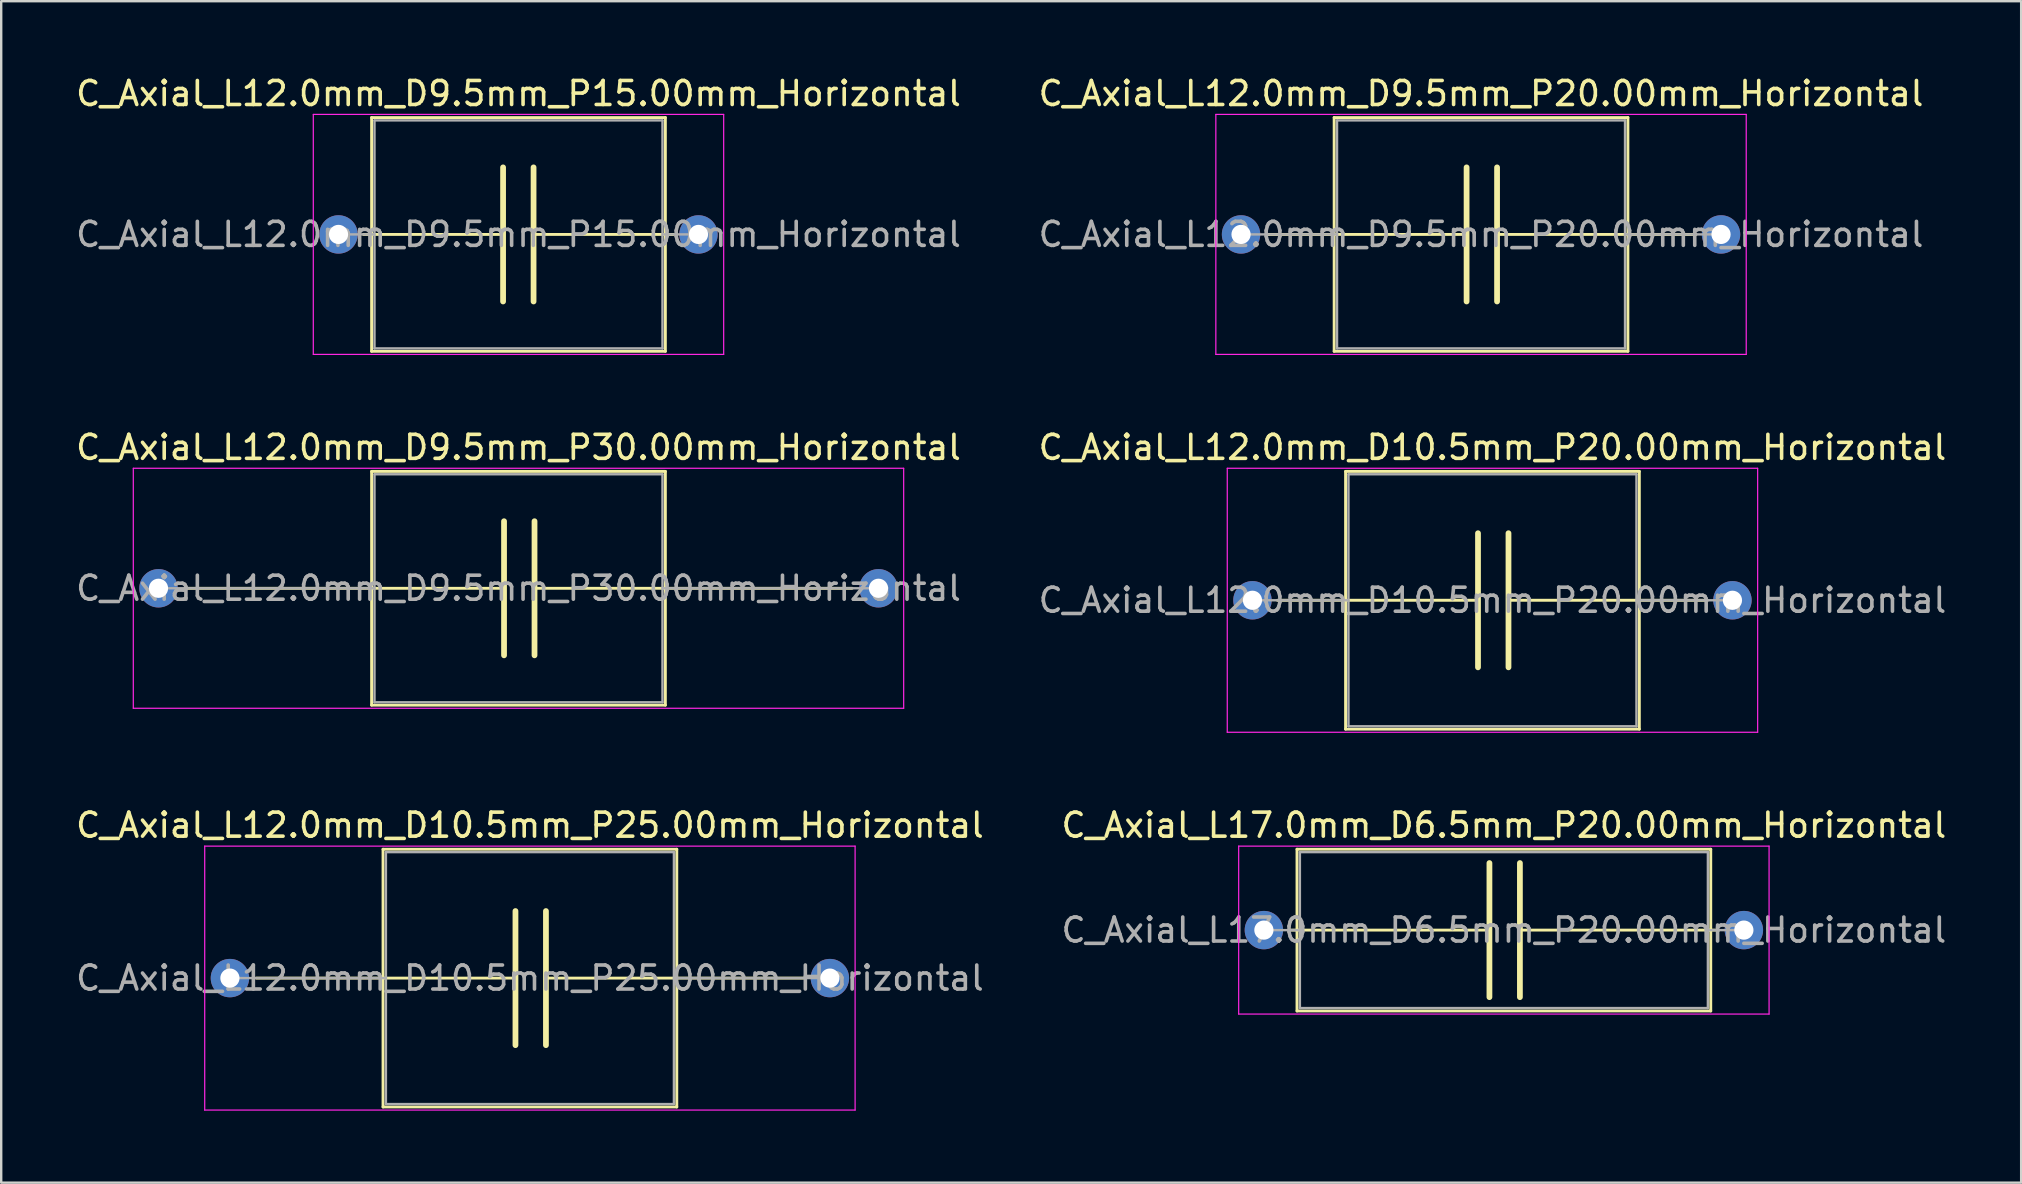
<source format=kicad_pcb>
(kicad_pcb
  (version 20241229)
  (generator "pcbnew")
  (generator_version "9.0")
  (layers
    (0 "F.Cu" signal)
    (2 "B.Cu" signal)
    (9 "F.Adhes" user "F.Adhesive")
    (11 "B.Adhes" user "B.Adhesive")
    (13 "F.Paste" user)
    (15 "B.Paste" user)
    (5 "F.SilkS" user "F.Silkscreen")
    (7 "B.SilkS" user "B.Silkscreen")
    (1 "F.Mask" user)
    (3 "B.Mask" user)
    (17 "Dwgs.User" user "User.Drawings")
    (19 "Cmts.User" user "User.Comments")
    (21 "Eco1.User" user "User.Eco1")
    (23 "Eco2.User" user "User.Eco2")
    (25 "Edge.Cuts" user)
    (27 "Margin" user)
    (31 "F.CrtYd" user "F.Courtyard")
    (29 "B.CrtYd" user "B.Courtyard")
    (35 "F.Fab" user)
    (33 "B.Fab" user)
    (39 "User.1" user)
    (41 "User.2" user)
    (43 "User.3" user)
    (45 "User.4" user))
  (footprint "C_Axial_L12.0mm_D10.5mm_P20.00mm_Horizontal"
    (layer "F.Cu")
    (at 49.137 21.962)
    (property "Reference" "C_Axial_L12.0mm_D10.5mm_P20.00mm_Horizontal" (at 10 -6.37 0) (layer "F.SilkS") (effects (font (size 1 1) (thickness 0.15))))
    (attr through_hole)
    (fp_line (start 1.04 0) (end 3.88 0) (stroke (width 0.12) (type solid)) (layer "F.SilkS"))
    (fp_line (start 3.88 -5.37) (end 3.88 5.37) (stroke (width 0.12) (type solid)) (layer "F.SilkS"))
    (fp_line (start 3.88 0) (end 9.398 0) (stroke (width 0.12) (type solid)) (layer "F.SilkS"))
    (fp_line (start 3.88 5.37) (end 16.12 5.37) (stroke (width 0.12) (type solid)) (layer "F.SilkS"))
    (fp_line (start 9.398 -2.794) (end 9.398 2.794) (stroke (width 0.24) (type solid)) (layer "F.SilkS"))
    (fp_line (start 10.668 2.794) (end 10.668 -2.794) (stroke (width 0.24) (type solid)) (layer "F.SilkS"))
    (fp_line (start 16.12 -5.37) (end 3.88 -5.37) (stroke (width 0.12) (type solid)) (layer "F.SilkS"))
    (fp_line (start 16.12 5.37) (end 16.12 -5.37) (stroke (width 0.12) (type solid)) (layer "F.SilkS"))
    (fp_line (start 16.129 0) (end 10.668 0) (stroke (width 0.12) (type solid)) (layer "F.SilkS"))
    (fp_line (start 18.96 0) (end 16.12 0) (stroke (width 0.12) (type solid)) (layer "F.SilkS"))
    (fp_line (start -1.05 -5.5) (end -1.05 5.5) (stroke (width 0.05) (type solid)) (layer "F.CrtYd"))
    (fp_line (start -1.05 5.5) (end 21.05 5.5) (stroke (width 0.05) (type solid)) (layer "F.CrtYd"))
    (fp_line (start 21.05 -5.5) (end -1.05 -5.5) (stroke (width 0.05) (type solid)) (layer "F.CrtYd"))
    (fp_line (start 21.05 5.5) (end 21.05 -5.5) (stroke (width 0.05) (type solid)) (layer "F.CrtYd"))
    (fp_line (start 0 0) (end 4 0) (stroke (width 0.1) (type solid)) (layer "F.Fab"))
    (fp_line (start 4 -5.25) (end 4 5.25) (stroke (width 0.1) (type solid)) (layer "F.Fab"))
    (fp_line (start 4 5.25) (end 16 5.25) (stroke (width 0.1) (type solid)) (layer "F.Fab"))
    (fp_line (start 16 -5.25) (end 4 -5.25) (stroke (width 0.1) (type solid)) (layer "F.Fab"))
    (fp_line (start 16 5.25) (end 16 -5.25) (stroke (width 0.1) (type solid)) (layer "F.Fab"))
    (fp_line (start 20 0) (end 16 0) (stroke (width 0.1) (type solid)) (layer "F.Fab"))
    (fp_text user "${REFERENCE}" (at 10 0 0) (layer "F.Fab") (effects (font (size 1 1) (thickness 0.15))))
    (pad "1" thru_hole circle (at 0 0) (size 1.6 1.6) (drill 0.8) (layers "*.Cu" "*.Mask"))
    (pad "2" thru_hole oval (at 20 0) (size 1.6 1.6) (drill 0.8) (layers "*.Cu" "*.Mask")))
  (footprint "C_Axial_L12.0mm_D9.5mm_P15.00mm_Horizontal"
    (layer "F.Cu")
    (at 11.054 6.718)
    (property "Reference" "C_Axial_L12.0mm_D9.5mm_P15.00mm_Horizontal" (at 7.5 -5.87 0) (layer "F.SilkS") (effects (font (size 1 1) (thickness 0.15))))
    (attr through_hole)
    (fp_line (start 1.04 0) (end 1.38 0) (stroke (width 0.12) (type solid)) (layer "F.SilkS"))
    (fp_line (start 1.38 -4.87) (end 1.38 4.87) (stroke (width 0.12) (type solid)) (layer "F.SilkS"))
    (fp_line (start 1.38 0) (end 6.858 0) (stroke (width 0.12) (type solid)) (layer "F.SilkS"))
    (fp_line (start 1.38 4.87) (end 13.62 4.87) (stroke (width 0.12) (type solid)) (layer "F.SilkS"))
    (fp_line (start 6.858 -2.794) (end 6.858 2.794) (stroke (width 0.24) (type solid)) (layer "F.SilkS"))
    (fp_line (start 8.128 2.794) (end 8.128 -2.794) (stroke (width 0.24) (type solid)) (layer "F.SilkS"))
    (fp_line (start 13.62 -4.87) (end 1.38 -4.87) (stroke (width 0.12) (type solid)) (layer "F.SilkS"))
    (fp_line (start 13.62 0) (end 8.128 0) (stroke (width 0.12) (type solid)) (layer "F.SilkS"))
    (fp_line (start 13.62 4.87) (end 13.62 -4.87) (stroke (width 0.12) (type solid)) (layer "F.SilkS"))
    (fp_line (start 13.96 0) (end 13.62 0) (stroke (width 0.12) (type solid)) (layer "F.SilkS"))
    (fp_line (start -1.05 -5) (end -1.05 5) (stroke (width 0.05) (type solid)) (layer "F.CrtYd"))
    (fp_line (start -1.05 5) (end 16.05 5) (stroke (width 0.05) (type solid)) (layer "F.CrtYd"))
    (fp_line (start 16.05 -5) (end -1.05 -5) (stroke (width 0.05) (type solid)) (layer "F.CrtYd"))
    (fp_line (start 16.05 5) (end 16.05 -5) (stroke (width 0.05) (type solid)) (layer "F.CrtYd"))
    (fp_line (start 0 0) (end 1.5 0) (stroke (width 0.1) (type solid)) (layer "F.Fab"))
    (fp_line (start 1.5 -4.75) (end 1.5 4.75) (stroke (width 0.1) (type solid)) (layer "F.Fab"))
    (fp_line (start 1.5 4.75) (end 13.5 4.75) (stroke (width 0.1) (type solid)) (layer "F.Fab"))
    (fp_line (start 13.5 -4.75) (end 1.5 -4.75) (stroke (width 0.1) (type solid)) (layer "F.Fab"))
    (fp_line (start 13.5 4.75) (end 13.5 -4.75) (stroke (width 0.1) (type solid)) (layer "F.Fab"))
    (fp_line (start 15 0) (end 13.5 0) (stroke (width 0.1) (type solid)) (layer "F.Fab"))
    (fp_text user "${REFERENCE}" (at 7.5 0 0) (layer "F.Fab") (effects (font (size 1 1) (thickness 0.15))))
    (pad "1" thru_hole circle (at 0 0) (size 1.6 1.6) (drill 0.8) (layers "*.Cu" "*.Mask"))
    (pad "2" thru_hole oval (at 15 0) (size 1.6 1.6) (drill 0.8) (layers "*.Cu" "*.Mask")))
  (footprint "C_Axial_L12.0mm_D10.5mm_P25.00mm_Horizontal"
    (layer "F.Cu")
    (at 6.53 37.705)
    (property "Reference" "C_Axial_L12.0mm_D10.5mm_P25.00mm_Horizontal" (at 12.5 -6.37 0) (layer "F.SilkS") (effects (font (size 1 1) (thickness 0.15))))
    (attr through_hole)
    (fp_line (start 1.1 0) (end 6.38 0) (stroke (width 0.12) (type solid)) (layer "F.SilkS"))
    (fp_line (start 6.38 -5.37) (end 6.38 5.37) (stroke (width 0.12) (type solid)) (layer "F.SilkS"))
    (fp_line (start 6.38 0) (end 11.898 0) (stroke (width 0.12) (type solid)) (layer "F.SilkS"))
    (fp_line (start 6.38 5.37) (end 18.62 5.37) (stroke (width 0.12) (type solid)) (layer "F.SilkS"))
    (fp_line (start 11.898 -2.794) (end 11.898 2.794) (stroke (width 0.24) (type solid)) (layer "F.SilkS"))
    (fp_line (start 13.168 2.794) (end 13.168 -2.794) (stroke (width 0.24) (type solid)) (layer "F.SilkS"))
    (fp_line (start 18.62 -5.37) (end 6.38 -5.37) (stroke (width 0.12) (type solid)) (layer "F.SilkS"))
    (fp_line (start 18.62 0) (end 13.168 0) (stroke (width 0.12) (type solid)) (layer "F.SilkS"))
    (fp_line (start 18.62 5.37) (end 18.62 -5.37) (stroke (width 0.12) (type solid)) (layer "F.SilkS"))
    (fp_line (start 23.9 0) (end 18.62 0) (stroke (width 0.12) (type solid)) (layer "F.SilkS"))
    (fp_line (start -1.05 -5.5) (end -1.05 5.5) (stroke (width 0.05) (type solid)) (layer "F.CrtYd"))
    (fp_line (start -1.05 5.5) (end 26.05 5.5) (stroke (width 0.05) (type solid)) (layer "F.CrtYd"))
    (fp_line (start 26.05 -5.5) (end -1.05 -5.5) (stroke (width 0.05) (type solid)) (layer "F.CrtYd"))
    (fp_line (start 26.05 5.5) (end 26.05 -5.5) (stroke (width 0.05) (type solid)) (layer "F.CrtYd"))
    (fp_line (start 0 0) (end 6.5 0) (stroke (width 0.1) (type solid)) (layer "F.Fab"))
    (fp_line (start 6.5 -5.25) (end 6.5 5.25) (stroke (width 0.1) (type solid)) (layer "F.Fab"))
    (fp_line (start 6.5 5.25) (end 18.5 5.25) (stroke (width 0.1) (type solid)) (layer "F.Fab"))
    (fp_line (start 18.5 -5.25) (end 6.5 -5.25) (stroke (width 0.1) (type solid)) (layer "F.Fab"))
    (fp_line (start 18.5 5.25) (end 18.5 -5.25) (stroke (width 0.1) (type solid)) (layer "F.Fab"))
    (fp_line (start 25 0) (end 18.5 0) (stroke (width 0.1) (type solid)) (layer "F.Fab"))
    (fp_text user "${REFERENCE}" (at 12.5 0 0) (layer "F.Fab") (effects (font (size 1 1) (thickness 0.15))))
    (pad "1" thru_hole circle (at 0 0) (size 1.6 1.6) (drill 0.8) (layers "*.Cu" "*.Mask"))
    (pad "2" thru_hole oval (at 25 0) (size 1.6 1.6) (drill 0.8) (layers "*.Cu" "*.Mask")))
  (footprint "C_Axial_L12.0mm_D9.5mm_P30.00mm_Horizontal"
    (layer "F.Cu")
    (at 3.554 21.462)
    (property "Reference" "C_Axial_L12.0mm_D9.5mm_P30.00mm_Horizontal" (at 15 -5.87 0) (layer "F.SilkS") (effects (font (size 1 1) (thickness 0.15))))
    (attr through_hole)
    (fp_line (start 1.1 0) (end 8.88 0) (stroke (width 0.12) (type solid)) (layer "F.SilkS"))
    (fp_line (start 8.88 -4.87) (end 8.88 4.87) (stroke (width 0.12) (type solid)) (layer "F.SilkS"))
    (fp_line (start 8.88 0) (end 14.398 0) (stroke (width 0.12) (type solid)) (layer "F.SilkS"))
    (fp_line (start 8.88 4.87) (end 21.12 4.87) (stroke (width 0.12) (type solid)) (layer "F.SilkS"))
    (fp_line (start 14.398 -2.794) (end 14.398 2.794) (stroke (width 0.24) (type solid)) (layer "F.SilkS"))
    (fp_line (start 15.668 2.794) (end 15.668 -2.794) (stroke (width 0.24) (type solid)) (layer "F.SilkS"))
    (fp_line (start 21.12 -4.87) (end 8.88 -4.87) (stroke (width 0.12) (type solid)) (layer "F.SilkS"))
    (fp_line (start 21.12 0) (end 15.668 0) (stroke (width 0.12) (type solid)) (layer "F.SilkS"))
    (fp_line (start 21.12 4.87) (end 21.12 -4.87) (stroke (width 0.12) (type solid)) (layer "F.SilkS"))
    (fp_line (start 28.9 0) (end 21.12 0) (stroke (width 0.12) (type solid)) (layer "F.SilkS"))
    (fp_line (start -1.05 -5) (end -1.05 5) (stroke (width 0.05) (type solid)) (layer "F.CrtYd"))
    (fp_line (start -1.05 5) (end 31.05 5) (stroke (width 0.05) (type solid)) (layer "F.CrtYd"))
    (fp_line (start 31.05 -5) (end -1.05 -5) (stroke (width 0.05) (type solid)) (layer "F.CrtYd"))
    (fp_line (start 31.05 5) (end 31.05 -5) (stroke (width 0.05) (type solid)) (layer "F.CrtYd"))
    (fp_line (start 0 0) (end 9 0) (stroke (width 0.1) (type solid)) (layer "F.Fab"))
    (fp_line (start 9 -4.75) (end 9 4.75) (stroke (width 0.1) (type solid)) (layer "F.Fab"))
    (fp_line (start 9 4.75) (end 21 4.75) (stroke (width 0.1) (type solid)) (layer "F.Fab"))
    (fp_line (start 21 -4.75) (end 9 -4.75) (stroke (width 0.1) (type solid)) (layer "F.Fab"))
    (fp_line (start 21 4.75) (end 21 -4.75) (stroke (width 0.1) (type solid)) (layer "F.Fab"))
    (fp_line (start 30 0) (end 21 0) (stroke (width 0.1) (type solid)) (layer "F.Fab"))
    (fp_text user "${REFERENCE}" (at 15 0 0) (layer "F.Fab") (effects (font (size 1 1) (thickness 0.15))))
    (pad "1" thru_hole circle (at 0 0) (size 1.6 1.6) (drill 0.8) (layers "*.Cu" "*.Mask"))
    (pad "2" thru_hole oval (at 30 0) (size 1.6 1.6) (drill 0.8) (layers "*.Cu" "*.Mask")))
  (footprint "C_Axial_L12.0mm_D9.5mm_P20.00mm_Horizontal"
    (layer "F.Cu")
    (at 48.661 6.718)
    (property "Reference" "C_Axial_L12.0mm_D9.5mm_P20.00mm_Horizontal" (at 10 -5.87 0) (layer "F.SilkS") (effects (font (size 1 1) (thickness 0.15))))
    (attr through_hole)
    (fp_line (start 1.04 0) (end 3.88 0) (stroke (width 0.12) (type solid)) (layer "F.SilkS"))
    (fp_line (start 3.88 -4.87) (end 3.88 4.87) (stroke (width 0.12) (type solid)) (layer "F.SilkS"))
    (fp_line (start 3.88 0) (end 9.398 0) (stroke (width 0.12) (type solid)) (layer "F.SilkS"))
    (fp_line (start 3.88 4.87) (end 16.12 4.87) (stroke (width 0.12) (type solid)) (layer "F.SilkS"))
    (fp_line (start 9.398 -2.794) (end 9.398 2.794) (stroke (width 0.24) (type solid)) (layer "F.SilkS"))
    (fp_line (start 10.668 2.794) (end 10.668 -2.794) (stroke (width 0.24) (type solid)) (layer "F.SilkS"))
    (fp_line (start 16.12 -4.87) (end 3.88 -4.87) (stroke (width 0.12) (type solid)) (layer "F.SilkS"))
    (fp_line (start 16.12 4.87) (end 16.12 -4.87) (stroke (width 0.12) (type solid)) (layer "F.SilkS"))
    (fp_line (start 16.129 0) (end 10.668 0) (stroke (width 0.12) (type solid)) (layer "F.SilkS"))
    (fp_line (start 18.96 0) (end 16.12 0) (stroke (width 0.12) (type solid)) (layer "F.SilkS"))
    (fp_line (start -1.05 -5) (end -1.05 5) (stroke (width 0.05) (type solid)) (layer "F.CrtYd"))
    (fp_line (start -1.05 5) (end 21.05 5) (stroke (width 0.05) (type solid)) (layer "F.CrtYd"))
    (fp_line (start 21.05 -5) (end -1.05 -5) (stroke (width 0.05) (type solid)) (layer "F.CrtYd"))
    (fp_line (start 21.05 5) (end 21.05 -5) (stroke (width 0.05) (type solid)) (layer "F.CrtYd"))
    (fp_line (start 0 0) (end 4 0) (stroke (width 0.1) (type solid)) (layer "F.Fab"))
    (fp_line (start 4 -4.75) (end 4 4.75) (stroke (width 0.1) (type solid)) (layer "F.Fab"))
    (fp_line (start 4 4.75) (end 16 4.75) (stroke (width 0.1) (type solid)) (layer "F.Fab"))
    (fp_line (start 16 -4.75) (end 4 -4.75) (stroke (width 0.1) (type solid)) (layer "F.Fab"))
    (fp_line (start 16 4.75) (end 16 -4.75) (stroke (width 0.1) (type solid)) (layer "F.Fab"))
    (fp_line (start 20 0) (end 16 0) (stroke (width 0.1) (type solid)) (layer "F.Fab"))
    (fp_text user "${REFERENCE}" (at 10 0 0) (layer "F.Fab") (effects (font (size 1 1) (thickness 0.15))))
    (pad "1" thru_hole circle (at 0 0) (size 1.6 1.6) (drill 0.8) (layers "*.Cu" "*.Mask"))
    (pad "2" thru_hole oval (at 20 0) (size 1.6 1.6) (drill 0.8) (layers "*.Cu" "*.Mask")))
  (footprint "C_Axial_L17.0mm_D6.5mm_P20.00mm_Horizontal"
    (layer "F.Cu")
    (at 49.613 35.705)
    (property "Reference" "C_Axial_L17.0mm_D6.5mm_P20.00mm_Horizontal" (at 10 -4.37 0) (layer "F.SilkS") (effects (font (size 1 1) (thickness 0.15))))
    (attr through_hole)
    (fp_line (start 1.04 0) (end 1.38 0) (stroke (width 0.12) (type solid)) (layer "F.SilkS"))
    (fp_line (start 1.38 -3.37) (end 1.38 3.37) (stroke (width 0.12) (type solid)) (layer "F.SilkS"))
    (fp_line (start 1.38 0) (end 9.398 0) (stroke (width 0.12) (type solid)) (layer "F.SilkS"))
    (fp_line (start 1.38 3.37) (end 18.62 3.37) (stroke (width 0.12) (type solid)) (layer "F.SilkS"))
    (fp_line (start 9.398 -2.794) (end 9.398 2.794) (stroke (width 0.24) (type solid)) (layer "F.SilkS"))
    (fp_line (start 10.668 2.794) (end 10.668 -2.794) (stroke (width 0.24) (type solid)) (layer "F.SilkS"))
    (fp_line (start 18.62 -3.37) (end 1.38 -3.37) (stroke (width 0.12) (type solid)) (layer "F.SilkS"))
    (fp_line (start 18.62 0) (end 10.668 0) (stroke (width 0.12) (type solid)) (layer "F.SilkS"))
    (fp_line (start 18.62 3.37) (end 18.62 -3.37) (stroke (width 0.12) (type solid)) (layer "F.SilkS"))
    (fp_line (start 18.96 0) (end 18.62 0) (stroke (width 0.12) (type solid)) (layer "F.SilkS"))
    (fp_line (start -1.05 -3.5) (end -1.05 3.5) (stroke (width 0.05) (type solid)) (layer "F.CrtYd"))
    (fp_line (start -1.05 3.5) (end 21.05 3.5) (stroke (width 0.05) (type solid)) (layer "F.CrtYd"))
    (fp_line (start 21.05 -3.5) (end -1.05 -3.5) (stroke (width 0.05) (type solid)) (layer "F.CrtYd"))
    (fp_line (start 21.05 3.5) (end 21.05 -3.5) (stroke (width 0.05) (type solid)) (layer "F.CrtYd"))
    (fp_line (start 0 0) (end 1.5 0) (stroke (width 0.1) (type solid)) (layer "F.Fab"))
    (fp_line (start 1.5 -3.25) (end 1.5 3.25) (stroke (width 0.1) (type solid)) (layer "F.Fab"))
    (fp_line (start 1.5 3.25) (end 18.5 3.25) (stroke (width 0.1) (type solid)) (layer "F.Fab"))
    (fp_line (start 18.5 -3.25) (end 1.5 -3.25) (stroke (width 0.1) (type solid)) (layer "F.Fab"))
    (fp_line (start 18.5 3.25) (end 18.5 -3.25) (stroke (width 0.1) (type solid)) (layer "F.Fab"))
    (fp_line (start 20 0) (end 18.5 0) (stroke (width 0.1) (type solid)) (layer "F.Fab"))
    (fp_text user "${REFERENCE}" (at 10 0 0) (layer "F.Fab") (effects (font (size 1 1) (thickness 0.15))))
    (pad "1" thru_hole circle (at 0 0) (size 1.6 1.6) (drill 0.8) (layers "*.Cu" "*.Mask"))
    (pad "2" thru_hole oval (at 20 0) (size 1.6 1.6) (drill 0.8) (layers "*.Cu" "*.Mask")))
  (gr_rect
    (start -3 -3)
    (end 81.167 46.23)
    (stroke (width 0.1) (type default))
    (fill no)
    (layer "Edge.Cuts")))
</source>
